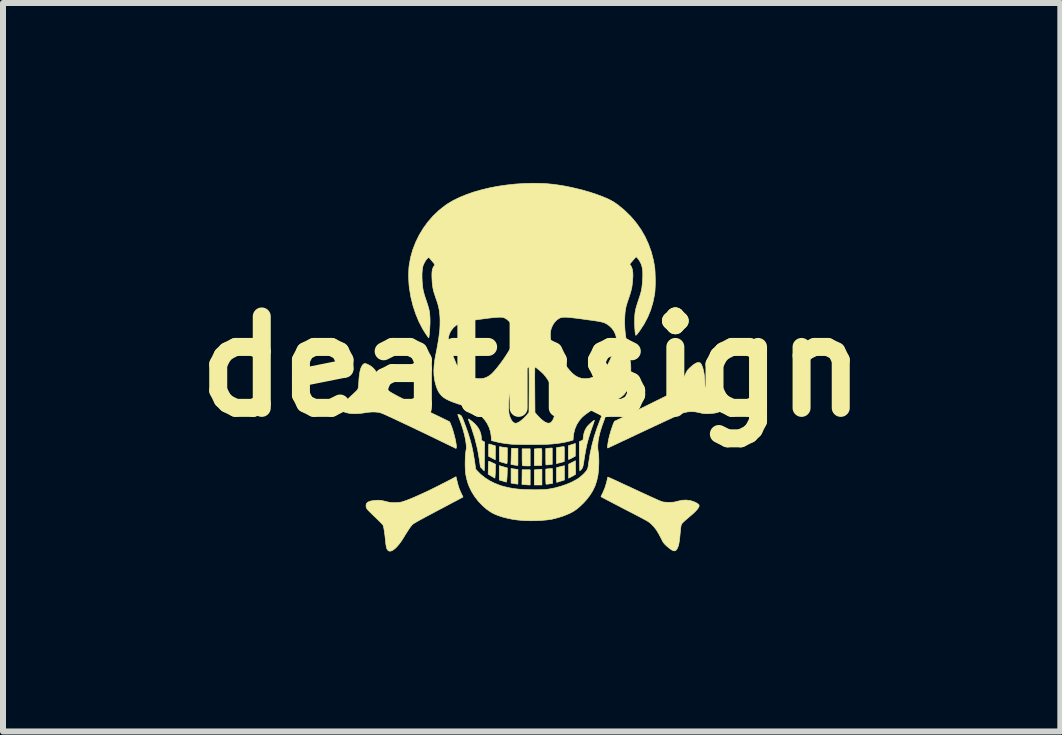
<source format=kicad_pcb>
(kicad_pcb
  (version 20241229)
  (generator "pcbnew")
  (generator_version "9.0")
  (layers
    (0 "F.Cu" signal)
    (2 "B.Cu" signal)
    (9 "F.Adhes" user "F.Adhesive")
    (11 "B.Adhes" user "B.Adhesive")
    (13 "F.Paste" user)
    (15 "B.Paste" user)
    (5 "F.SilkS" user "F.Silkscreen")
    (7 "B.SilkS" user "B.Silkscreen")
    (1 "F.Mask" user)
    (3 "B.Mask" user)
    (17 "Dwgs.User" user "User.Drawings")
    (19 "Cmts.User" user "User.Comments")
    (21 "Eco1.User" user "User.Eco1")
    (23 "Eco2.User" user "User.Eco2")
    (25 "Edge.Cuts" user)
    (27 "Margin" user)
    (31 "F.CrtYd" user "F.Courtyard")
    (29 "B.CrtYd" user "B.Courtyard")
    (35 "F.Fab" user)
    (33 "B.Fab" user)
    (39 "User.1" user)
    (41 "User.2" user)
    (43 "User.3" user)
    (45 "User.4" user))
  (footprint "deathsign"
    (layer "F.Cu")
    (at 5.813 3.06)
    (property "Reference" "deathsign" (at 0 0 0) (layer "F.SilkS") (effects (font (size 1.524 1.524) (thickness 0.3))))
    (attr through_hole)
    (fp_poly (pts (xy 0.171 1.975) (xy 0.044 1.975) (xy 0.044 1.723) (xy 0.083 1.719) (xy 0.109 1.716) (xy 0.134 1.715) (xy 0.147 1.714) (xy 0.171 1.714) (xy 0.171 1.975)) (stroke (width 0.01) (type solid)) (fill yes) (layer "F.SilkS"))
    (fp_poly (pts (xy 0.733 1.796) (xy 0.708 1.812) (xy 0.687 1.824) (xy 0.662 1.837) (xy 0.649 1.844) (xy 0.616 1.861) (xy 0.616 1.628) (xy 0.673 1.599) (xy 0.73 1.57) (xy 0.733 1.796)) (stroke (width 0.01) (type solid)) (fill yes) (layer "F.SilkS"))
    (fp_poly (pts (xy -0.025 1.657) (xy -0.084 1.657) (xy -0.111 1.656) (xy -0.133 1.655) (xy -0.148 1.654) (xy -0.151 1.653) (xy -0.154 1.649) (xy -0.156 1.638) (xy -0.157 1.618) (xy -0.158 1.589) (xy -0.159 1.55) (xy -0.159 1.511) (xy -0.159 1.372) (xy -0.025 1.372) (xy -0.025 1.657)) (stroke (width 0.01) (type solid)) (fill yes) (layer "F.SilkS"))
    (fp_poly (pts (xy -0.025 1.975) (xy -0.049 1.974) (xy -0.068 1.973) (xy -0.094 1.971) (xy -0.117 1.969) (xy -0.162 1.965) (xy -0.162 1.945) (xy -0.161 1.931) (xy -0.161 1.908) (xy -0.161 1.877) (xy -0.16 1.842) (xy -0.16 1.822) (xy -0.159 1.721) (xy -0.025 1.721) (xy -0.025 1.975)) (stroke (width 0.01) (type solid)) (fill yes) (layer "F.SilkS"))
    (fp_poly (pts (xy 0.15 1.368) (xy 0.164 1.369) (xy 0.166 1.37) (xy 0.168 1.378) (xy 0.169 1.396) (xy 0.17 1.424) (xy 0.17 1.458) (xy 0.17 1.497) (xy 0.17 1.512) (xy 0.168 1.648) (xy 0.106 1.65) (xy 0.044 1.651) (xy 0.044 1.374) (xy 0.103 1.369) (xy 0.129 1.368) (xy 0.15 1.368)) (stroke (width 0.01) (type solid)) (fill yes) (layer "F.SilkS"))
    (fp_poly (pts (xy 0.546 1.892) (xy 0.484 1.911) (xy 0.458 1.919) (xy 0.436 1.926) (xy 0.422 1.93) (xy 0.418 1.93) (xy 0.416 1.924) (xy 0.415 1.908) (xy 0.414 1.882) (xy 0.413 1.849) (xy 0.413 1.812) (xy 0.413 1.808) (xy 0.413 1.686) (xy 0.48 1.669) (xy 0.546 1.653) (xy 0.546 1.892)) (stroke (width 0.01) (type solid)) (fill yes) (layer "F.SilkS"))
    (fp_poly (pts (xy -0.711 1.58) (xy -0.695 1.586) (xy -0.674 1.595) (xy -0.659 1.602) (xy -0.603 1.629) (xy -0.604 1.702) (xy -0.605 1.736) (xy -0.606 1.772) (xy -0.608 1.802) (xy -0.609 1.818) (xy -0.613 1.861) (xy -0.669 1.828) (xy -0.725 1.794) (xy -0.723 1.688) (xy -0.722 1.653) (xy -0.721 1.622) (xy -0.72 1.598) (xy -0.718 1.583) (xy -0.718 1.579) (xy -0.711 1.58)) (stroke (width 0.01) (type solid)) (fill yes) (layer "F.SilkS"))
    (fp_poly (pts (xy -0.5 1.664) (xy -0.474 1.671) (xy -0.448 1.679) (xy -0.433 1.683) (xy -0.406 1.69) (xy -0.407 1.745) (xy -0.408 1.79) (xy -0.41 1.831) (xy -0.412 1.867) (xy -0.415 1.896) (xy -0.418 1.916) (xy -0.421 1.926) (xy -0.422 1.927) (xy -0.431 1.924) (xy -0.449 1.919) (xy -0.472 1.912) (xy -0.484 1.908) (xy -0.54 1.892) (xy -0.54 1.652) (xy -0.5 1.664)) (stroke (width 0.01) (type solid)) (fill yes) (layer "F.SilkS"))
    (fp_poly (pts (xy -0.319 1.704) (xy -0.298 1.707) (xy -0.273 1.71) (xy -0.262 1.712) (xy -0.229 1.716) (xy -0.229 1.839) (xy -0.229 1.877) (xy -0.229 1.91) (xy -0.229 1.936) (xy -0.23 1.954) (xy -0.23 1.961) (xy -0.23 1.961) (xy -0.237 1.96) (xy -0.252 1.958) (xy -0.265 1.956) (xy -0.29 1.952) (xy -0.313 1.948) (xy -0.321 1.947) (xy -0.343 1.943) (xy -0.343 1.7) (xy -0.319 1.704)) (stroke (width 0.01) (type solid)) (fill yes) (layer "F.SilkS"))
    (fp_poly (pts (xy 0.343 1.632) (xy 0.329 1.632) (xy 0.314 1.634) (xy 0.293 1.636) (xy 0.278 1.638) (xy 0.257 1.64) (xy 0.243 1.64) (xy 0.238 1.639) (xy 0.237 1.632) (xy 0.236 1.614) (xy 0.236 1.588) (xy 0.235 1.554) (xy 0.235 1.515) (xy 0.235 1.502) (xy 0.235 1.367) (xy 0.274 1.363) (xy 0.297 1.361) (xy 0.318 1.359) (xy 0.328 1.359) (xy 0.343 1.359) (xy 0.343 1.632)) (stroke (width 0.01) (type solid)) (fill yes) (layer "F.SilkS"))
    (fp_poly (pts (xy 0.729 1.289) (xy 0.73 1.305) (xy 0.729 1.33) (xy 0.729 1.362) (xy 0.729 1.389) (xy 0.727 1.495) (xy 0.676 1.522) (xy 0.653 1.534) (xy 0.633 1.543) (xy 0.62 1.549) (xy 0.617 1.549) (xy 0.614 1.547) (xy 0.612 1.538) (xy 0.611 1.521) (xy 0.611 1.495) (xy 0.611 1.458) (xy 0.611 1.434) (xy 0.613 1.319) (xy 0.67 1.301) (xy 0.695 1.293) (xy 0.715 1.287) (xy 0.727 1.283) (xy 0.729 1.283) (xy 0.729 1.289)) (stroke (width 0.01) (type solid)) (fill yes) (layer "F.SilkS"))
    (fp_poly (pts (xy -0.706 1.292) (xy -0.695 1.296) (xy -0.675 1.302) (xy -0.652 1.308) (xy -0.652 1.308) (xy -0.63 1.315) (xy -0.613 1.32) (xy -0.606 1.323) (xy -0.605 1.323) (xy -0.605 1.33) (xy -0.604 1.347) (xy -0.604 1.373) (xy -0.604 1.406) (xy -0.605 1.44) (xy -0.606 1.555) (xy -0.662 1.526) (xy -0.718 1.497) (xy -0.718 1.392) (xy -0.717 1.354) (xy -0.717 1.326) (xy -0.716 1.308) (xy -0.715 1.297) (xy -0.712 1.292) (xy -0.709 1.291) (xy -0.706 1.292)) (stroke (width 0.01) (type solid)) (fill yes) (layer "F.SilkS"))
    (fp_poly (pts (xy -0.53 1.336) (xy -0.519 1.338) (xy -0.5 1.342) (xy -0.475 1.346) (xy -0.463 1.347) (xy -0.406 1.355) (xy -0.406 1.487) (xy -0.407 1.533) (xy -0.407 1.568) (xy -0.408 1.593) (xy -0.41 1.609) (xy -0.412 1.617) (xy -0.414 1.619) (xy -0.424 1.617) (xy -0.442 1.612) (xy -0.466 1.605) (xy -0.479 1.601) (xy -0.537 1.584) (xy -0.538 1.458) (xy -0.539 1.415) (xy -0.539 1.383) (xy -0.538 1.361) (xy -0.537 1.346) (xy -0.536 1.338) (xy -0.533 1.336) (xy -0.53 1.336)) (stroke (width 0.01) (type solid)) (fill yes) (layer "F.SilkS"))
    (fp_poly (pts (xy 0.344 1.7) (xy 0.346 1.707) (xy 0.347 1.725) (xy 0.348 1.751) (xy 0.349 1.784) (xy 0.349 1.821) (xy 0.349 1.825) (xy 0.349 1.948) (xy 0.305 1.955) (xy 0.277 1.959) (xy 0.258 1.962) (xy 0.247 1.962) (xy 0.241 1.96) (xy 0.239 1.958) (xy 0.238 1.951) (xy 0.237 1.932) (xy 0.236 1.906) (xy 0.235 1.872) (xy 0.235 1.835) (xy 0.235 1.832) (xy 0.235 1.709) (xy 0.287 1.704) (xy 0.312 1.701) (xy 0.332 1.7) (xy 0.343 1.7) (xy 0.344 1.7)) (stroke (width 0.01) (type solid)) (fill yes) (layer "F.SilkS"))
    (fp_poly (pts (xy -0.312 1.363) (xy -0.289 1.364) (xy -0.281 1.364) (xy -0.229 1.366) (xy -0.229 1.509) (xy -0.229 1.55) (xy -0.229 1.586) (xy -0.229 1.616) (xy -0.23 1.637) (xy -0.23 1.649) (xy -0.23 1.65) (xy -0.237 1.649) (xy -0.253 1.647) (xy -0.273 1.644) (xy -0.297 1.641) (xy -0.318 1.637) (xy -0.33 1.635) (xy -0.345 1.631) (xy -0.341 1.497) (xy -0.34 1.458) (xy -0.339 1.423) (xy -0.337 1.394) (xy -0.336 1.374) (xy -0.335 1.364) (xy -0.335 1.363) (xy -0.329 1.363) (xy -0.312 1.363)) (stroke (width 0.01) (type solid)) (fill yes) (layer "F.SilkS"))
    (fp_poly (pts (xy 0.541 1.336) (xy 0.543 1.345) (xy 0.544 1.362) (xy 0.545 1.387) (xy 0.545 1.422) (xy 0.545 1.459) (xy 0.543 1.584) (xy 0.514 1.592) (xy 0.491 1.599) (xy 0.464 1.606) (xy 0.449 1.609) (xy 0.413 1.618) (xy 0.413 1.485) (xy 0.413 1.446) (xy 0.413 1.411) (xy 0.413 1.383) (xy 0.414 1.363) (xy 0.414 1.353) (xy 0.414 1.352) (xy 0.426 1.35) (xy 0.446 1.347) (xy 0.47 1.343) (xy 0.494 1.34) (xy 0.517 1.337) (xy 0.532 1.334) (xy 0.538 1.334) (xy 0.541 1.336)) (stroke (width 0.01) (type solid)) (fill yes) (layer "F.SilkS"))
    (fp_poly (pts (xy -1.045 0.878) (xy -1.029 0.889) (xy -1.005 0.906) (xy -0.992 0.916) (xy -0.941 0.962) (xy -0.899 1.012) (xy -0.867 1.067) (xy -0.847 1.125) (xy -0.838 1.184) (xy -0.838 1.194) (xy -0.838 1.215) (xy -0.835 1.227) (xy -0.828 1.235) (xy -0.813 1.243) (xy -0.811 1.244) (xy -0.784 1.259) (xy -0.786 1.472) (xy -0.786 1.525) (xy -0.787 1.574) (xy -0.787 1.618) (xy -0.788 1.657) (xy -0.788 1.687) (xy -0.789 1.707) (xy -0.789 1.714) (xy -0.791 1.741) (xy -0.823 1.707) (xy -0.855 1.673) (xy -0.869 1.572) (xy -0.901 1.385) (xy -0.946 1.202) (xy -1.003 1.021) (xy -1.047 0.903) (xy -1.053 0.887) (xy -1.056 0.878) (xy -1.053 0.875) (xy -1.045 0.878)) (stroke (width 0.01) (type solid)) (fill yes) (layer "F.SilkS"))
    (fp_poly (pts (xy 1.046 0.897) (xy 1.044 0.904) (xy 1.04 0.92) (xy 1.032 0.944) (xy 1.022 0.972) (xy 1.019 0.98) (xy 0.987 1.072) (xy 0.96 1.157) (xy 0.937 1.236) (xy 0.917 1.314) (xy 0.901 1.394) (xy 0.886 1.479) (xy 0.873 1.561) (xy 0.867 1.606) (xy 0.86 1.641) (xy 0.854 1.667) (xy 0.847 1.687) (xy 0.838 1.703) (xy 0.826 1.717) (xy 0.817 1.726) (xy 0.802 1.74) (xy 0.798 1.615) (xy 0.797 1.565) (xy 0.795 1.509) (xy 0.794 1.452) (xy 0.794 1.398) (xy 0.794 1.372) (xy 0.794 1.253) (xy 0.824 1.239) (xy 0.855 1.225) (xy 0.862 1.169) (xy 0.872 1.112) (xy 0.889 1.063) (xy 0.914 1.019) (xy 0.926 1.001) (xy 0.94 0.985) (xy 0.958 0.967) (xy 0.979 0.947) (xy 1 0.929) (xy 1.019 0.913) (xy 1.034 0.902) (xy 1.044 0.897) (xy 1.046 0.897)) (stroke (width 0.01) (type solid)) (fill yes) (layer "F.SilkS"))
    (fp_poly (pts (xy -1.246 1.901) (xy -1.228 1.972) (xy -1.208 2.036) (xy -1.182 2.096) (xy -1.172 2.118) (xy -1.16 2.142) (xy -1.151 2.161) (xy -1.146 2.173) (xy -1.145 2.176) (xy -1.151 2.179) (xy -1.167 2.188) (xy -1.193 2.201) (xy -1.227 2.22) (xy -1.268 2.242) (xy -1.317 2.267) (xy -1.371 2.296) (xy -1.431 2.328) (xy -1.495 2.362) (xy -1.556 2.394) (xy -1.636 2.437) (xy -1.706 2.474) (xy -1.767 2.506) (xy -1.818 2.534) (xy -1.861 2.557) (xy -1.896 2.577) (xy -1.924 2.593) (xy -1.947 2.606) (xy -1.964 2.617) (xy -1.977 2.626) (xy -1.986 2.633) (xy -1.99 2.637) (xy -2.013 2.664) (xy -2.04 2.701) (xy -2.071 2.749) (xy -2.108 2.807) (xy -2.128 2.841) (xy -2.167 2.903) (xy -2.205 2.955) (xy -2.242 2.999) (xy -2.277 3.034) (xy -2.309 3.059) (xy -2.339 3.074) (xy -2.364 3.079) (xy -2.386 3.072) (xy -2.393 3.067) (xy -2.403 3.056) (xy -2.411 3.044) (xy -2.417 3.028) (xy -2.423 3.007) (xy -2.428 2.979) (xy -2.433 2.942) (xy -2.438 2.894) (xy -2.438 2.891) (xy -2.446 2.819) (xy -2.454 2.757) (xy -2.462 2.708) (xy -2.47 2.671) (xy -2.477 2.646) (xy -2.48 2.641) (xy -2.487 2.633) (xy -2.501 2.617) (xy -2.523 2.595) (xy -2.55 2.568) (xy -2.581 2.538) (xy -2.612 2.508) (xy -2.646 2.476) (xy -2.677 2.445) (xy -2.705 2.418) (xy -2.727 2.395) (xy -2.742 2.377) (xy -2.749 2.368) (xy -2.76 2.338) (xy -2.761 2.308) (xy -2.752 2.282) (xy -2.747 2.275) (xy -2.725 2.258) (xy -2.693 2.245) (xy -2.649 2.236) (xy -2.596 2.231) (xy -2.587 2.23) (xy -2.559 2.229) (xy -2.535 2.23) (xy -2.512 2.232) (xy -2.487 2.237) (xy -2.454 2.244) (xy -2.438 2.248) (xy -2.398 2.258) (xy -2.366 2.264) (xy -2.337 2.267) (xy -2.307 2.269) (xy -2.283 2.269) (xy -2.243 2.268) (xy -2.206 2.264) (xy -2.175 2.26) (xy -2.171 2.259) (xy -2.135 2.248) (xy -2.089 2.232) (xy -2.034 2.211) (xy -1.971 2.185) (xy -1.901 2.154) (xy -1.826 2.12) (xy -1.746 2.083) (xy -1.663 2.043) (xy -1.577 2) (xy -1.49 1.956) (xy -1.435 1.928) (xy -1.261 1.837) (xy -1.246 1.901)) (stroke (width 0.01) (type solid)) (fill yes) (layer "F.SilkS"))
    (fp_poly (pts (xy 2.808 -0.061) (xy 2.815 -0.056) (xy 2.828 -0.038) (xy 2.841 -0.009) (xy 2.854 0.027) (xy 2.865 0.071) (xy 2.874 0.118) (xy 2.881 0.167) (xy 2.886 0.217) (xy 2.887 0.235) (xy 2.888 0.271) (xy 2.889 0.3) (xy 2.891 0.323) (xy 2.896 0.342) (xy 2.903 0.359) (xy 2.914 0.377) (xy 2.93 0.396) (xy 2.953 0.419) (xy 2.982 0.448) (xy 3.009 0.475) (xy 3.059 0.525) (xy 3.1 0.568) (xy 3.132 0.604) (xy 3.156 0.633) (xy 3.173 0.657) (xy 3.182 0.676) (xy 3.185 0.69) (xy 3.185 0.695) (xy 3.173 0.721) (xy 3.15 0.743) (xy 3.116 0.76) (xy 3.07 0.773) (xy 3.017 0.781) (xy 2.964 0.785) (xy 2.921 0.787) (xy 2.883 0.785) (xy 2.848 0.781) (xy 2.813 0.773) (xy 2.806 0.771) (xy 2.733 0.756) (xy 2.665 0.751) (xy 2.599 0.756) (xy 2.534 0.771) (xy 2.518 0.776) (xy 2.507 0.78) (xy 2.485 0.79) (xy 2.454 0.804) (xy 2.413 0.822) (xy 2.365 0.845) (xy 2.309 0.871) (xy 2.246 0.9) (xy 2.177 0.932) (xy 2.104 0.966) (xy 2.027 1.002) (xy 1.946 1.04) (xy 1.88 1.071) (xy 1.797 1.11) (xy 1.718 1.147) (xy 1.643 1.183) (xy 1.573 1.216) (xy 1.508 1.246) (xy 1.449 1.274) (xy 1.398 1.298) (xy 1.354 1.319) (xy 1.318 1.335) (xy 1.292 1.348) (xy 1.276 1.355) (xy 1.271 1.358) (xy 1.266 1.357) (xy 1.264 1.35) (xy 1.265 1.335) (xy 1.266 1.317) (xy 1.278 1.239) (xy 1.297 1.155) (xy 1.324 1.062) (xy 1.331 1.041) (xy 1.347 0.995) (xy 1.359 0.96) (xy 1.37 0.935) (xy 1.378 0.919) (xy 1.385 0.91) (xy 1.39 0.908) (xy 1.396 0.906) (xy 1.413 0.898) (xy 1.44 0.885) (xy 1.477 0.867) (xy 1.525 0.844) (xy 1.584 0.816) (xy 1.653 0.782) (xy 1.733 0.743) (xy 1.824 0.698) (xy 1.926 0.648) (xy 2.039 0.592) (xy 2.057 0.583) (xy 2.359 0.434) (xy 2.402 0.39) (xy 2.453 0.331) (xy 2.494 0.27) (xy 2.517 0.225) (xy 2.53 0.199) (xy 2.545 0.167) (xy 2.56 0.134) (xy 2.566 0.121) (xy 2.58 0.093) (xy 2.592 0.071) (xy 2.607 0.052) (xy 2.626 0.032) (xy 2.647 0.012) (xy 2.69 -0.025) (xy 2.727 -0.05) (xy 2.759 -0.065) (xy 2.786 -0.068) (xy 2.808 -0.061)) (stroke (width 0.01) (type solid)) (fill yes) (layer "F.SilkS"))
    (fp_poly (pts (xy -2.762 -0.047) (xy -2.736 -0.037) (xy -2.731 -0.035) (xy -2.691 -0.013) (xy -2.655 0.013) (xy -2.624 0.045) (xy -2.594 0.085) (xy -2.565 0.133) (xy -2.541 0.181) (xy -2.517 0.228) (xy -2.496 0.267) (xy -2.477 0.299) (xy -2.456 0.327) (xy -2.434 0.354) (xy -2.417 0.373) (xy -2.398 0.392) (xy -2.379 0.409) (xy -2.357 0.425) (xy -2.329 0.442) (xy -2.293 0.462) (xy -2.288 0.465) (xy -2.236 0.493) (xy -2.172 0.526) (xy -2.099 0.564) (xy -2.016 0.605) (xy -1.924 0.651) (xy -1.823 0.7) (xy -1.715 0.752) (xy -1.629 0.794) (xy -1.576 0.819) (xy -1.526 0.843) (xy -1.481 0.865) (xy -1.442 0.884) (xy -1.41 0.9) (xy -1.386 0.912) (xy -1.371 0.92) (xy -1.367 0.923) (xy -1.363 0.931) (xy -1.355 0.949) (xy -1.345 0.974) (xy -1.334 1.004) (xy -1.331 1.01) (xy -1.316 1.055) (xy -1.302 1.103) (xy -1.289 1.15) (xy -1.277 1.197) (xy -1.268 1.24) (xy -1.261 1.28) (xy -1.256 1.313) (xy -1.255 1.34) (xy -1.256 1.357) (xy -1.261 1.365) (xy -1.263 1.365) (xy -1.269 1.362) (xy -1.286 1.354) (xy -1.31 1.342) (xy -1.342 1.327) (xy -1.378 1.31) (xy -1.41 1.294) (xy -1.491 1.255) (xy -1.581 1.211) (xy -1.678 1.164) (xy -1.779 1.115) (xy -1.883 1.066) (xy -1.987 1.016) (xy -2.088 0.968) (xy -2.184 0.923) (xy -2.273 0.881) (xy -2.276 0.879) (xy -2.335 0.852) (xy -2.383 0.829) (xy -2.423 0.811) (xy -2.455 0.797) (xy -2.481 0.786) (xy -2.502 0.778) (xy -2.519 0.772) (xy -2.534 0.768) (xy -2.548 0.765) (xy -2.562 0.762) (xy -2.568 0.762) (xy -2.615 0.758) (xy -2.664 0.758) (xy -2.719 0.762) (xy -2.783 0.771) (xy -2.807 0.775) (xy -2.872 0.783) (xy -2.936 0.786) (xy -2.996 0.785) (xy -3.052 0.778) (xy -3.101 0.766) (xy -3.142 0.751) (xy -3.17 0.732) (xy -3.18 0.717) (xy -3.179 0.696) (xy -3.169 0.67) (xy -3.159 0.651) (xy -3.146 0.63) (xy -3.13 0.61) (xy -3.111 0.588) (xy -3.087 0.563) (xy -3.056 0.533) (xy -3.017 0.497) (xy -2.993 0.475) (xy -2.966 0.45) (xy -2.941 0.426) (xy -2.92 0.406) (xy -2.906 0.39) (xy -2.902 0.384) (xy -2.897 0.374) (xy -2.893 0.362) (xy -2.889 0.345) (xy -2.887 0.322) (xy -2.884 0.291) (xy -2.882 0.256) (xy -2.877 0.183) (xy -2.869 0.122) (xy -2.86 0.072) (xy -2.848 0.03) (xy -2.834 -0.002) (xy -2.817 -0.028) (xy -2.813 -0.032) (xy -2.798 -0.045) (xy -2.782 -0.05) (xy -2.762 -0.047)) (stroke (width 0.01) (type solid)) (fill yes) (layer "F.SilkS"))
    (fp_poly (pts (xy 1.273 1.845) (xy 1.28 1.847) (xy 1.29 1.851) (xy 1.304 1.857) (xy 1.324 1.866) (xy 1.349 1.877) (xy 1.38 1.891) (xy 1.419 1.909) (xy 1.466 1.931) (xy 1.521 1.957) (xy 1.586 1.987) (xy 1.662 2.022) (xy 1.722 2.05) (xy 1.79 2.082) (xy 1.856 2.112) (xy 1.919 2.141) (xy 1.977 2.168) (xy 2.029 2.191) (xy 2.075 2.212) (xy 2.113 2.229) (xy 2.142 2.241) (xy 2.162 2.249) (xy 2.169 2.252) (xy 2.192 2.258) (xy 2.218 2.261) (xy 2.251 2.263) (xy 2.289 2.264) (xy 2.326 2.263) (xy 2.355 2.262) (xy 2.379 2.259) (xy 2.404 2.253) (xy 2.433 2.246) (xy 2.435 2.245) (xy 2.508 2.229) (xy 2.578 2.226) (xy 2.646 2.235) (xy 2.677 2.244) (xy 2.713 2.257) (xy 2.745 2.273) (xy 2.77 2.288) (xy 2.786 2.303) (xy 2.791 2.311) (xy 2.791 2.33) (xy 2.78 2.354) (xy 2.759 2.383) (xy 2.726 2.419) (xy 2.683 2.459) (xy 2.639 2.497) (xy 2.598 2.532) (xy 2.565 2.56) (xy 2.541 2.582) (xy 2.522 2.6) (xy 2.509 2.614) (xy 2.5 2.627) (xy 2.495 2.638) (xy 2.491 2.65) (xy 2.49 2.657) (xy 2.487 2.676) (xy 2.483 2.704) (xy 2.48 2.737) (xy 2.476 2.772) (xy 2.476 2.772) (xy 2.47 2.841) (xy 2.463 2.898) (xy 2.456 2.945) (xy 2.447 2.984) (xy 2.436 3.015) (xy 2.424 3.039) (xy 2.415 3.053) (xy 2.399 3.068) (xy 2.38 3.074) (xy 2.358 3.069) (xy 2.329 3.055) (xy 2.32 3.048) (xy 2.298 3.032) (xy 2.271 3.01) (xy 2.245 2.988) (xy 2.237 2.98) (xy 2.217 2.96) (xy 2.202 2.942) (xy 2.188 2.922) (xy 2.175 2.898) (xy 2.159 2.866) (xy 2.156 2.861) (xy 2.12 2.791) (xy 2.084 2.732) (xy 2.045 2.68) (xy 2.002 2.634) (xy 1.992 2.624) (xy 1.982 2.615) (xy 1.972 2.607) (xy 1.961 2.598) (xy 1.947 2.589) (xy 1.931 2.578) (xy 1.91 2.566) (xy 1.884 2.552) (xy 1.852 2.534) (xy 1.813 2.514) (xy 1.766 2.489) (xy 1.71 2.46) (xy 1.644 2.426) (xy 1.613 2.41) (xy 1.528 2.366) (xy 1.454 2.327) (xy 1.39 2.294) (xy 1.335 2.265) (xy 1.289 2.241) (xy 1.251 2.221) (xy 1.22 2.205) (xy 1.196 2.192) (xy 1.179 2.183) (xy 1.166 2.176) (xy 1.159 2.171) (xy 1.156 2.169) (xy 1.156 2.168) (xy 1.158 2.162) (xy 1.165 2.147) (xy 1.176 2.125) (xy 1.184 2.11) (xy 1.221 2.023) (xy 1.249 1.931) (xy 1.254 1.908) (xy 1.26 1.884) (xy 1.264 1.863) (xy 1.267 1.851) (xy 1.267 1.849) (xy 1.268 1.847) (xy 1.268 1.846) (xy 1.268 1.844) (xy 1.27 1.844) (xy 1.273 1.845)) (stroke (width 0.01) (type solid)) (fill yes) (layer "F.SilkS"))
    (fp_poly (pts (xy 1.24 0.801) (xy 1.235 0.818) (xy 1.227 0.841) (xy 1.216 0.871) (xy 1.209 0.889) (xy 1.172 0.991) (xy 1.143 1.083) (xy 1.122 1.167) (xy 1.108 1.243) (xy 1.102 1.312) (xy 1.103 1.375) (xy 1.109 1.419) (xy 1.114 1.451) (xy 1.117 1.486) (xy 1.119 1.527) (xy 1.12 1.576) (xy 1.12 1.603) (xy 1.116 1.712) (xy 1.105 1.811) (xy 1.085 1.903) (xy 1.057 1.989) (xy 1.019 2.069) (xy 0.971 2.146) (xy 0.913 2.221) (xy 0.869 2.27) (xy 0.81 2.327) (xy 0.754 2.375) (xy 0.697 2.414) (xy 0.638 2.446) (xy 0.582 2.47) (xy 0.52 2.494) (xy 0.454 2.515) (xy 0.389 2.533) (xy 0.333 2.546) (xy 0.257 2.557) (xy 0.171 2.565) (xy 0.078 2.57) (xy -0.02 2.571) (xy -0.122 2.568) (xy -0.168 2.565) (xy -0.248 2.557) (xy -0.328 2.545) (xy -0.408 2.528) (xy -0.484 2.509) (xy -0.554 2.486) (xy -0.617 2.461) (xy -0.669 2.434) (xy -0.673 2.432) (xy -0.748 2.381) (xy -0.819 2.319) (xy -0.886 2.249) (xy -0.946 2.173) (xy -0.996 2.093) (xy -1.008 2.071) (xy -1.033 2.02) (xy -1.054 1.971) (xy -1.07 1.921) (xy -1.085 1.866) (xy -1.098 1.802) (xy -1.1 1.791) (xy -1.103 1.761) (xy -1.106 1.721) (xy -1.108 1.675) (xy -1.109 1.626) (xy -1.108 1.575) (xy -1.107 1.525) (xy -1.105 1.48) (xy -1.101 1.442) (xy -1.097 1.414) (xy -1.097 1.412) (xy -1.092 1.385) (xy -1.089 1.362) (xy -1.089 1.337) (xy -1.091 1.307) (xy -1.092 1.295) (xy -1.103 1.218) (xy -1.121 1.134) (xy -1.146 1.044) (xy -1.176 0.951) (xy -1.211 0.857) (xy -1.212 0.855) (xy -1.221 0.832) (xy -1.228 0.813) (xy -1.232 0.802) (xy -1.232 0.8) (xy -1.227 0.799) (xy -1.213 0.801) (xy -1.203 0.804) (xy -1.193 0.808) (xy -1.184 0.813) (xy -1.177 0.819) (xy -1.169 0.83) (xy -1.161 0.845) (xy -1.151 0.866) (xy -1.139 0.895) (xy -1.124 0.934) (xy -1.106 0.983) (xy -1.105 0.984) (xy -1.063 1.101) (xy -1.029 1.211) (xy -1 1.32) (xy -0.976 1.432) (xy -0.956 1.55) (xy -0.952 1.575) (xy -0.933 1.71) (xy -0.908 1.739) (xy -0.848 1.799) (xy -0.779 1.854) (xy -0.701 1.904) (xy -0.618 1.946) (xy -0.531 1.98) (xy -0.511 1.987) (xy -0.441 2.006) (xy -0.371 2.022) (xy -0.297 2.035) (xy -0.218 2.044) (xy -0.133 2.05) (xy -0.038 2.053) (xy 0.035 2.054) (xy 0.093 2.054) (xy 0.141 2.053) (xy 0.18 2.052) (xy 0.213 2.051) (xy 0.242 2.048) (xy 0.268 2.045) (xy 0.286 2.043) (xy 0.388 2.023) (xy 0.487 1.996) (xy 0.581 1.964) (xy 0.668 1.927) (xy 0.745 1.886) (xy 0.778 1.865) (xy 0.809 1.842) (xy 0.841 1.814) (xy 0.873 1.784) (xy 0.899 1.755) (xy 0.919 1.73) (xy 0.92 1.728) (xy 0.927 1.715) (xy 0.933 1.702) (xy 0.938 1.685) (xy 0.942 1.663) (xy 0.947 1.632) (xy 0.952 1.594) (xy 0.975 1.448) (xy 1.006 1.307) (xy 1.043 1.167) (xy 1.09 1.025) (xy 1.138 0.899) (xy 1.166 0.829) (xy 1.202 0.81) (xy 1.221 0.801) (xy 1.236 0.796) (xy 1.241 0.795) (xy 1.24 0.801)) (stroke (width 0.01) (type solid)) (fill yes) (layer "F.SilkS"))
    (fp_poly (pts (xy 0.181 -3.052) (xy 0.249 -3.048) (xy 0.356 -3.038) (xy 0.472 -3.022) (xy 0.592 -3.001) (xy 0.715 -2.974) (xy 0.838 -2.944) (xy 0.958 -2.91) (xy 1.072 -2.873) (xy 1.177 -2.834) (xy 1.212 -2.82) (xy 1.274 -2.793) (xy 1.327 -2.766) (xy 1.375 -2.738) (xy 1.421 -2.706) (xy 1.44 -2.693) (xy 1.551 -2.601) (xy 1.652 -2.502) (xy 1.742 -2.396) (xy 1.822 -2.283) (xy 1.891 -2.164) (xy 1.948 -2.039) (xy 1.995 -1.908) (xy 2.03 -1.772) (xy 2.049 -1.667) (xy 2.054 -1.626) (xy 2.057 -1.576) (xy 2.059 -1.52) (xy 2.061 -1.46) (xy 2.061 -1.4) (xy 2.06 -1.341) (xy 2.057 -1.286) (xy 2.054 -1.239) (xy 2.049 -1.202) (xy 2.049 -1.201) (xy 2.021 -1.067) (xy 1.983 -0.94) (xy 1.933 -0.819) (xy 1.872 -0.704) (xy 1.8 -0.595) (xy 1.776 -0.563) (xy 1.758 -0.54) (xy 1.746 -0.527) (xy 1.739 -0.521) (xy 1.735 -0.522) (xy 1.733 -0.526) (xy 1.729 -0.542) (xy 1.725 -0.569) (xy 1.722 -0.604) (xy 1.719 -0.644) (xy 1.717 -0.686) (xy 1.716 -0.729) (xy 1.716 -0.77) (xy 1.717 -0.806) (xy 1.717 -0.806) (xy 1.719 -0.848) (xy 1.722 -0.884) (xy 1.727 -0.917) (xy 1.733 -0.949) (xy 1.742 -0.984) (xy 1.754 -1.024) (xy 1.769 -1.072) (xy 1.781 -1.108) (xy 1.799 -1.161) (xy 1.813 -1.207) (xy 1.824 -1.247) (xy 1.832 -1.284) (xy 1.838 -1.323) (xy 1.843 -1.366) (xy 1.847 -1.417) (xy 1.849 -1.437) (xy 1.852 -1.504) (xy 1.852 -1.561) (xy 1.849 -1.609) (xy 1.842 -1.653) (xy 1.831 -1.693) (xy 1.829 -1.698) (xy 1.816 -1.729) (xy 1.797 -1.763) (xy 1.776 -1.793) (xy 1.757 -1.815) (xy 1.741 -1.83) (xy 1.687 -1.768) (xy 1.664 -1.742) (xy 1.65 -1.725) (xy 1.641 -1.713) (xy 1.638 -1.705) (xy 1.639 -1.699) (xy 1.643 -1.694) (xy 1.644 -1.693) (xy 1.664 -1.662) (xy 1.678 -1.621) (xy 1.686 -1.57) (xy 1.688 -1.51) (xy 1.686 -1.483) (xy 1.683 -1.432) (xy 1.679 -1.389) (xy 1.674 -1.351) (xy 1.669 -1.316) (xy 1.661 -1.281) (xy 1.651 -1.244) (xy 1.639 -1.203) (xy 1.623 -1.154) (xy 1.604 -1.099) (xy 1.587 -1.047) (xy 1.574 -1.001) (xy 1.565 -0.955) (xy 1.558 -0.908) (xy 1.554 -0.855) (xy 1.551 -0.797) (xy 1.55 -0.746) (xy 1.551 -0.698) (xy 1.553 -0.649) (xy 1.556 -0.599) (xy 1.562 -0.545) (xy 1.57 -0.487) (xy 1.58 -0.422) (xy 1.593 -0.35) (xy 1.609 -0.267) (xy 1.62 -0.211) (xy 1.63 -0.16) (xy 1.638 -0.119) (xy 1.644 -0.086) (xy 1.648 -0.058) (xy 1.651 -0.034) (xy 1.652 -0.009) (xy 1.653 0.016) (xy 1.653 0.046) (xy 1.653 0.048) (xy 1.65 0.142) (xy 1.639 0.228) (xy 1.619 0.307) (xy 1.592 0.381) (xy 1.583 0.4) (xy 1.565 0.433) (xy 1.544 0.462) (xy 1.517 0.488) (xy 1.485 0.513) (xy 1.446 0.536) (xy 1.398 0.559) (xy 1.341 0.583) (xy 1.272 0.608) (xy 1.257 0.613) (xy 1.179 0.642) (xy 1.11 0.67) (xy 1.048 0.701) (xy 0.991 0.734) (xy 0.957 0.755) (xy 0.909 0.789) (xy 0.87 0.819) (xy 0.838 0.849) (xy 0.81 0.88) (xy 0.797 0.897) (xy 0.753 0.964) (xy 0.722 1.036) (xy 0.702 1.113) (xy 0.694 1.173) (xy 0.69 1.225) (xy 0.661 1.235) (xy 0.598 1.252) (xy 0.523 1.268) (xy 0.438 1.281) (xy 0.344 1.291) (xy 0.283 1.295) (xy 0.25 1.297) (xy 0.208 1.298) (xy 0.158 1.299) (xy 0.102 1.3) (xy 0.042 1.3) (xy -0.019 1.301) (xy -0.081 1.301) (xy -0.141 1.3) (xy -0.197 1.299) (xy -0.248 1.298) (xy -0.29 1.297) (xy -0.323 1.296) (xy -0.337 1.295) (xy -0.428 1.285) (xy -0.516 1.271) (xy -0.595 1.254) (xy -0.601 1.252) (xy -0.67 1.235) (xy -0.674 1.168) (xy -0.685 1.092) (xy -0.708 1.018) (xy -0.742 0.948) (xy -0.786 0.884) (xy -0.84 0.826) (xy -0.883 0.791) (xy -0.931 0.756) (xy -0.972 0.728) (xy -1.01 0.706) (xy -1.047 0.687) (xy -1.069 0.677) (xy -0.384 0.677) (xy -0.383 0.724) (xy -0.38 0.765) (xy -0.375 0.797) (xy -0.373 0.806) (xy -0.357 0.853) (xy -0.338 0.892) (xy -0.317 0.921) (xy -0.293 0.939) (xy -0.269 0.946) (xy -0.268 0.946) (xy -0.252 0.943) (xy -0.232 0.936) (xy -0.226 0.934) (xy -0.199 0.918) (xy -0.168 0.894) (xy -0.135 0.865) (xy -0.103 0.833) (xy -0.081 0.809) (xy -0.045 0.765) (xy -0.043 0.386) (xy -0.043 0.313) (xy -0.043 0.246) (xy -0.043 0.187) (xy 0.051 0.187) (xy 0.051 0.256) (xy 0.052 0.337) (xy 0.052 0.386) (xy 0.055 0.767) (xy 0.092 0.81) (xy 0.139 0.859) (xy 0.182 0.898) (xy 0.221 0.925) (xy 0.256 0.941) (xy 0.286 0.945) (xy 0.312 0.938) (xy 0.32 0.933) (xy 0.344 0.907) (xy 0.364 0.87) (xy 0.379 0.823) (xy 0.39 0.769) (xy 0.396 0.709) (xy 0.397 0.643) (xy 0.393 0.574) (xy 0.384 0.503) (xy 0.377 0.464) (xy 0.362 0.409) (xy 0.338 0.349) (xy 0.308 0.287) (xy 0.274 0.227) (xy 0.236 0.172) (xy 0.198 0.126) (xy 0.182 0.11) (xy 0.161 0.091) (xy 0.137 0.069) (xy 0.112 0.049) (xy 0.089 0.03) (xy 0.07 0.016) (xy 0.058 0.008) (xy 0.056 0.007) (xy 0.054 0.011) (xy 0.053 0.025) (xy 0.052 0.05) (xy 0.052 0.084) (xy 0.051 0.13) (xy 0.051 0.187) (xy -0.043 0.187) (xy -0.043 0.185) (xy -0.043 0.131) (xy -0.044 0.086) (xy -0.044 0.05) (xy -0.045 0.024) (xy -0.046 0.01) (xy -0.047 0.006) (xy -0.055 0.01) (xy -0.07 0.021) (xy -0.091 0.037) (xy -0.114 0.056) (xy -0.137 0.077) (xy -0.16 0.097) (xy -0.175 0.113) (xy -0.226 0.172) (xy -0.272 0.239) (xy -0.312 0.312) (xy -0.344 0.388) (xy -0.366 0.463) (xy -0.373 0.494) (xy -0.378 0.533) (xy -0.381 0.579) (xy -0.383 0.628) (xy -0.384 0.677) (xy -1.069 0.677) (xy -1.086 0.67) (xy -1.13 0.654) (xy -1.172 0.641) (xy -1.251 0.615) (xy -1.319 0.591) (xy -1.376 0.567) (xy -1.425 0.543) (xy -1.465 0.518) (xy -1.499 0.49) (xy -1.526 0.459) (xy -1.55 0.425) (xy -1.57 0.386) (xy -1.587 0.341) (xy -1.596 0.313) (xy -1.616 0.235) (xy -1.628 0.155) (xy -1.631 0.069) (xy -1.626 -0.022) (xy -1.613 -0.121) (xy -1.601 -0.187) (xy -1.58 -0.292) (xy -1.563 -0.387) (xy -1.557 -0.421) (xy -1.39 -0.421) (xy -1.389 -0.417) (xy -1.388 -0.399) (xy -1.387 -0.383) (xy -1.384 -0.368) (xy -1.38 -0.352) (xy -1.374 -0.332) (xy -1.364 -0.307) (xy -1.352 -0.275) (xy -1.335 -0.235) (xy -1.322 -0.202) (xy -1.305 -0.16) (xy -1.289 -0.122) (xy -1.276 -0.09) (xy -1.266 -0.065) (xy -1.26 -0.048) (xy -1.257 -0.041) (xy -1.253 -0.033) (xy -1.243 -0.018) (xy -1.227 0.002) (xy -1.209 0.024) (xy -1.19 0.046) (xy -1.171 0.066) (xy -1.163 0.075) (xy -1.114 0.117) (xy -1.059 0.151) (xy -1.001 0.178) (xy -0.941 0.195) (xy -0.882 0.203) (xy -0.825 0.2) (xy -0.797 0.195) (xy -0.763 0.184) (xy -0.731 0.169) (xy -0.7 0.149) (xy -0.669 0.124) (xy -0.636 0.091) (xy -0.599 0.049) (xy -0.567 0.01) (xy -0.517 -0.055) (xy -0.468 -0.123) (xy -0.422 -0.192) (xy -0.38 -0.259) (xy -0.345 -0.321) (xy -0.336 -0.339) (xy -0.296 -0.419) (xy -0.293 -0.494) (xy -0.293 -0.521) (xy 0.311 -0.521) (xy 0.314 -0.473) (xy 0.321 -0.428) (xy 0.332 -0.39) (xy 0.332 -0.388) (xy 0.354 -0.342) (xy 0.383 -0.288) (xy 0.418 -0.23) (xy 0.457 -0.169) (xy 0.499 -0.107) (xy 0.543 -0.047) (xy 0.586 0.009) (xy 0.629 0.06) (xy 0.668 0.103) (xy 0.673 0.108) (xy 0.723 0.15) (xy 0.777 0.18) (xy 0.834 0.198) (xy 0.895 0.203) (xy 0.958 0.196) (xy 0.97 0.194) (xy 1.043 0.17) (xy 1.11 0.136) (xy 1.169 0.091) (xy 1.221 0.036) (xy 1.266 -0.029) (xy 1.304 -0.104) (xy 1.305 -0.106) (xy 1.321 -0.145) (xy 1.338 -0.188) (xy 1.356 -0.23) (xy 1.368 -0.26) (xy 1.381 -0.292) (xy 1.393 -0.323) (xy 1.402 -0.349) (xy 1.407 -0.365) (xy 1.416 -0.42) (xy 1.413 -0.476) (xy 1.399 -0.531) (xy 1.375 -0.584) (xy 1.341 -0.633) (xy 1.299 -0.675) (xy 1.269 -0.697) (xy 1.251 -0.709) (xy 1.234 -0.718) (xy 1.217 -0.727) (xy 1.198 -0.734) (xy 1.176 -0.74) (xy 1.149 -0.746) (xy 1.117 -0.753) (xy 1.076 -0.759) (xy 1.026 -0.767) (xy 0.966 -0.775) (xy 0.949 -0.777) (xy 0.864 -0.789) (xy 0.791 -0.799) (xy 0.728 -0.807) (xy 0.675 -0.813) (xy 0.63 -0.818) (xy 0.593 -0.821) (xy 0.562 -0.822) (xy 0.536 -0.822) (xy 0.515 -0.82) (xy 0.497 -0.817) (xy 0.482 -0.813) (xy 0.467 -0.807) (xy 0.462 -0.805) (xy 0.42 -0.777) (xy 0.383 -0.739) (xy 0.352 -0.692) (xy 0.328 -0.638) (xy 0.32 -0.61) (xy 0.313 -0.568) (xy 0.311 -0.521) (xy -0.293 -0.521) (xy -0.293 -0.548) (xy -0.298 -0.595) (xy -0.308 -0.636) (xy -0.324 -0.678) (xy -0.328 -0.684) (xy -0.35 -0.722) (xy -0.38 -0.757) (xy -0.414 -0.787) (xy -0.443 -0.805) (xy -0.464 -0.814) (xy -0.483 -0.819) (xy -0.505 -0.822) (xy -0.533 -0.822) (xy -0.564 -0.821) (xy -0.607 -0.818) (xy -0.661 -0.813) (xy -0.726 -0.805) (xy -0.804 -0.795) (xy -0.894 -0.783) (xy -0.953 -0.774) (xy -0.994 -0.769) (xy -1.032 -0.763) (xy -1.066 -0.758) (xy -1.092 -0.755) (xy -1.108 -0.753) (xy -1.11 -0.753) (xy -1.156 -0.741) (xy -1.205 -0.721) (xy -1.252 -0.692) (xy -1.294 -0.658) (xy -1.31 -0.641) (xy -1.348 -0.592) (xy -1.373 -0.54) (xy -1.387 -0.483) (xy -1.39 -0.421) (xy -1.557 -0.421) (xy -1.549 -0.472) (xy -1.539 -0.549) (xy -1.531 -0.62) (xy -1.528 -0.686) (xy -1.527 -0.749) (xy -1.528 -0.81) (xy -1.53 -0.842) (xy -1.535 -0.894) (xy -1.541 -0.939) (xy -1.549 -0.982) (xy -1.56 -1.026) (xy -1.574 -1.074) (xy -1.593 -1.13) (xy -1.594 -1.13) (xy -1.606 -1.167) (xy -1.618 -1.204) (xy -1.629 -1.238) (xy -1.637 -1.264) (xy -1.638 -1.27) (xy -1.646 -1.308) (xy -1.653 -1.353) (xy -1.658 -1.403) (xy -1.661 -1.454) (xy -1.663 -1.503) (xy -1.663 -1.549) (xy -1.66 -1.587) (xy -1.656 -1.616) (xy -1.655 -1.617) (xy -1.648 -1.639) (xy -1.639 -1.659) (xy -1.625 -1.68) (xy -1.617 -1.693) (xy -1.617 -1.7) (xy -1.625 -1.714) (xy -1.641 -1.735) (xy -1.664 -1.762) (xy -1.717 -1.823) (xy -1.735 -1.805) (xy -1.761 -1.776) (xy -1.784 -1.739) (xy -1.804 -1.698) (xy -1.81 -1.682) (xy -1.818 -1.648) (xy -1.824 -1.603) (xy -1.828 -1.549) (xy -1.828 -1.49) (xy -1.826 -1.426) (xy -1.823 -1.389) (xy -1.819 -1.35) (xy -1.816 -1.316) (xy -1.811 -1.285) (xy -1.805 -1.255) (xy -1.796 -1.222) (xy -1.786 -1.186) (xy -1.772 -1.142) (xy -1.754 -1.089) (xy -1.753 -1.086) (xy -1.734 -1.029) (xy -1.72 -0.981) (xy -1.709 -0.939) (xy -1.702 -0.899) (xy -1.698 -0.857) (xy -1.695 -0.812) (xy -1.694 -0.759) (xy -1.694 -0.737) (xy -1.695 -0.704) (xy -1.697 -0.667) (xy -1.699 -0.629) (xy -1.702 -0.59) (xy -1.705 -0.554) (xy -1.708 -0.523) (xy -1.711 -0.499) (xy -1.714 -0.483) (xy -1.716 -0.479) (xy -1.721 -0.483) (xy -1.73 -0.495) (xy -1.744 -0.515) (xy -1.761 -0.539) (xy -1.779 -0.567) (xy -1.797 -0.595) (xy -1.814 -0.623) (xy -1.821 -0.635) (xy -1.882 -0.753) (xy -1.934 -0.88) (xy -1.978 -1.014) (xy -2.013 -1.154) (xy -2.037 -1.298) (xy -2.042 -1.333) (xy -2.046 -1.385) (xy -2.049 -1.443) (xy -2.051 -1.505) (xy -2.05 -1.566) (xy -2.048 -1.623) (xy -2.044 -1.673) (xy -2.041 -1.695) (xy -2.017 -1.824) (xy -1.981 -1.95) (xy -1.933 -2.073) (xy -1.875 -2.191) (xy -1.807 -2.304) (xy -1.73 -2.41) (xy -1.644 -2.509) (xy -1.55 -2.599) (xy -1.448 -2.68) (xy -1.402 -2.712) (xy -1.309 -2.767) (xy -1.205 -2.818) (xy -1.091 -2.865) (xy -0.969 -2.908) (xy -0.839 -2.945) (xy -0.703 -2.978) (xy -0.562 -3.005) (xy -0.417 -3.026) (xy -0.269 -3.042) (xy -0.119 -3.051) (xy 0.031 -3.055) (xy 0.181 -3.052)) (stroke (width 0.01) (type solid)) (fill yes) (layer "F.SilkS")))
  (gr_rect
    (start -3 -3)
    (end 14.626 9.144)
    (stroke (width 0.1) (type default))
    (fill no)
    (layer "Edge.Cuts")))
</source>
